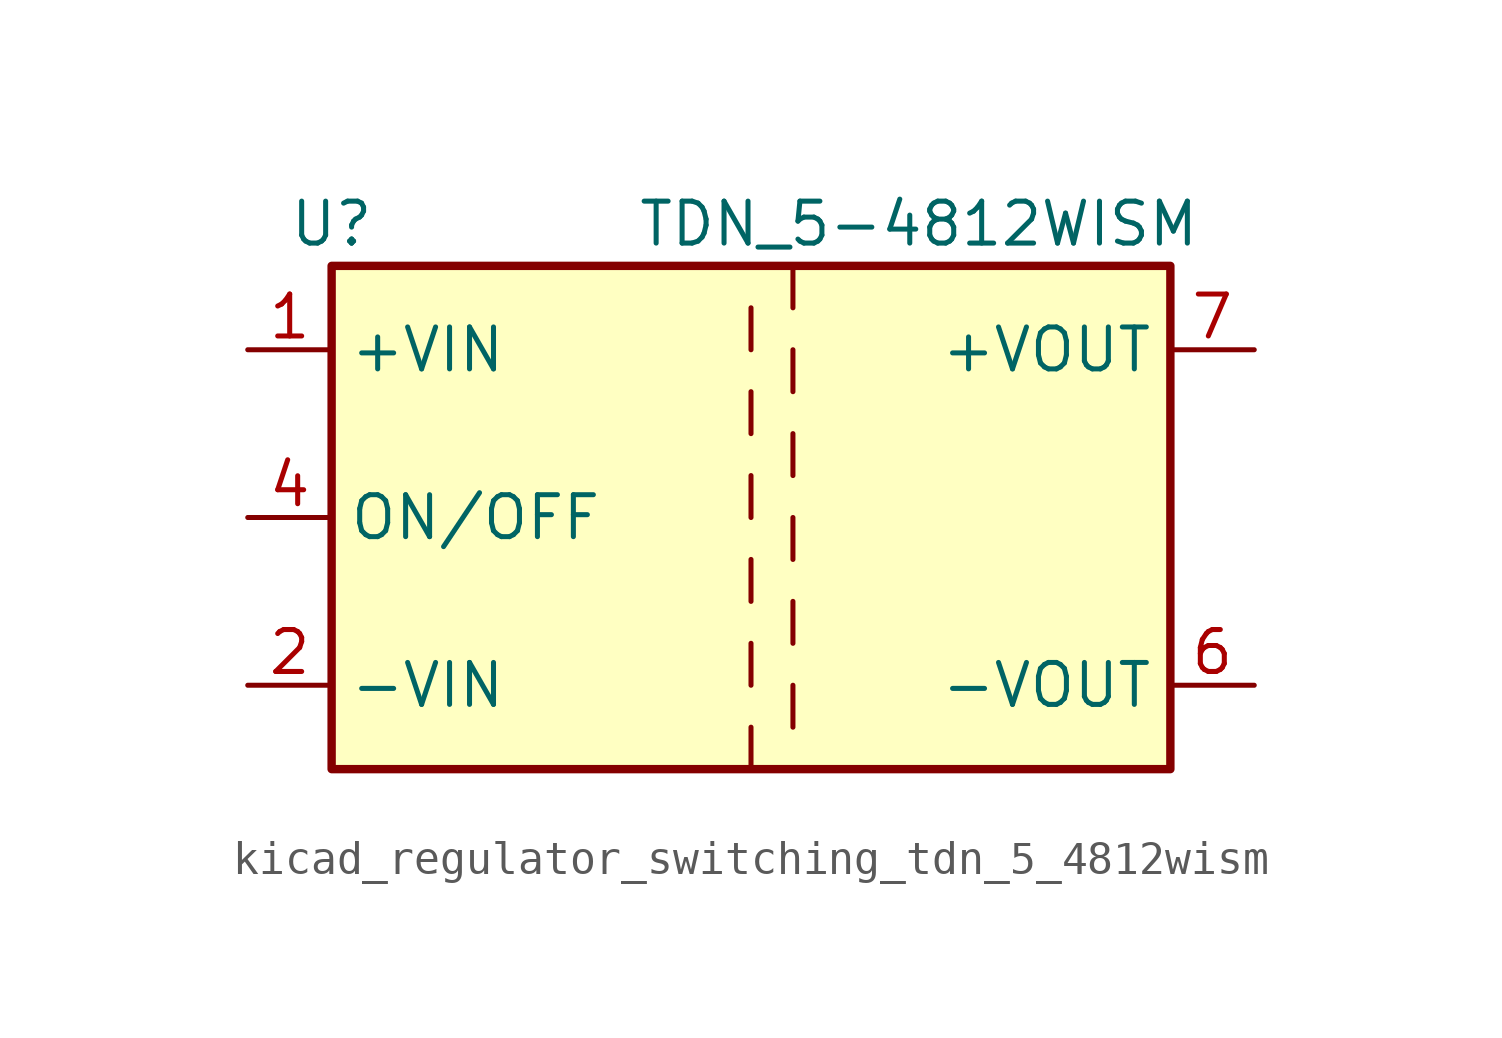
<source format=kicad_sym>
(kicad_symbol_lib
  (version 20220914)
  (generator kicad_symbol_editor)
  (symbol "kicad_regulator_switching_tdn_5_4812wism"
    (property "Reference" "U"
      (at -12.7 8.89 0)
      (effects (font (size 1.27 1.27))))
    (property "Value" "TDN_5-4812WISM"
      (at 5.08 8.89 0)
      (effects (font (size 1.27 1.27))))
    (symbol "kicad_regulator_switching_tdn_5_4812wism_0_1"
      (rectangle (start -12.7 7.62) (end 12.7 -7.62) (stroke (width 0.254) (type default)) (fill (type background))))
    (symbol "kicad_regulator_switching_tdn_5_4812wism_1_1"
      (polyline (pts (xy 0 -6.35) (xy 0 -7.62)) (stroke (width 0) (type default)) (fill (type none)))
      (polyline (pts (xy 0 -3.81) (xy 0 -5.08)) (stroke (width 0) (type default)) (fill (type none)))
      (polyline (pts (xy 0 -1.27) (xy 0 -2.54)) (stroke (width 0) (type default)) (fill (type none)))
      (polyline (pts (xy 0 1.27) (xy 0 0)) (stroke (width 0) (type default)) (fill (type none)))
      (polyline (pts (xy 0 3.81) (xy 0 2.54)) (stroke (width 0) (type default)) (fill (type none)))
      (polyline (pts (xy 0 6.35) (xy 0 5.08)) (stroke (width 0) (type default)) (fill (type none)))
      (polyline (pts (xy 1.27 -5.08) (xy 1.27 -6.35)) (stroke (width 0) (type default)) (fill (type none)))
      (polyline (pts (xy 1.27 -2.54) (xy 1.27 -3.81)) (stroke (width 0) (type default)) (fill (type none)))
      (polyline (pts (xy 1.27 0) (xy 1.27 -1.27)) (stroke (width 0) (type default)) (fill (type none)))
      (polyline (pts (xy 1.27 2.54) (xy 1.27 1.27)) (stroke (width 0) (type default)) (fill (type none)))
      (polyline (pts (xy 1.27 5.08) (xy 1.27 3.81)) (stroke (width 0) (type default)) (fill (type none)))
      (polyline (pts (xy 1.27 7.62) (xy 1.27 6.35)) (stroke (width 0) (type default)) (fill (type none)))
      (pin power_in line (at -15.24 5.08 0) (length 2.54) (name "+VIN" (effects (font (size 1.27 1.27)))) (number "1" (effects (font (size 1.27 1.27)))))
      (pin power_in line (at -15.24 -5.08 0) (length 2.54) (name "-VIN" (effects (font (size 1.27 1.27)))) (number "2" (effects (font (size 1.27 1.27)))))
      (pin input line (at -15.24 0 0) (length 2.54) (name "ON/OFF" (effects (font (size 1.27 1.27)))) (number "4" (effects (font (size 1.27 1.27)))))
      (pin no_connect line (at 12.7 2.54 180) (length 2.54) hide (name "NC" (effects (font (size 1.27 1.27)))) (number "5" (effects (font (size 1.27 1.27)))))
      (pin power_out line (at 15.24 -5.08 180) (length 2.54) (name "-VOUT" (effects (font (size 1.27 1.27)))) (number "6" (effects (font (size 1.27 1.27)))))
      (pin power_out line (at 15.24 5.08 180) (length 2.54) (name "+VOUT" (effects (font (size 1.27 1.27)))) (number "7" (effects (font (size 1.27 1.27))))))))
</source>
